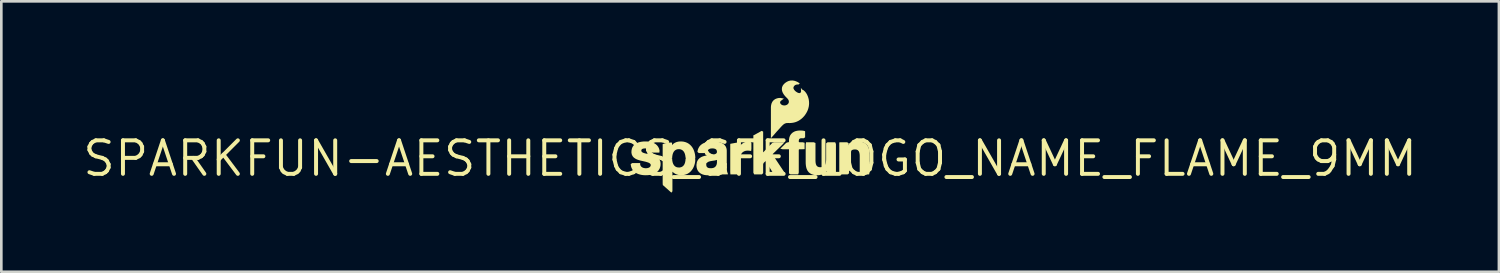
<source format=kicad_pcb>
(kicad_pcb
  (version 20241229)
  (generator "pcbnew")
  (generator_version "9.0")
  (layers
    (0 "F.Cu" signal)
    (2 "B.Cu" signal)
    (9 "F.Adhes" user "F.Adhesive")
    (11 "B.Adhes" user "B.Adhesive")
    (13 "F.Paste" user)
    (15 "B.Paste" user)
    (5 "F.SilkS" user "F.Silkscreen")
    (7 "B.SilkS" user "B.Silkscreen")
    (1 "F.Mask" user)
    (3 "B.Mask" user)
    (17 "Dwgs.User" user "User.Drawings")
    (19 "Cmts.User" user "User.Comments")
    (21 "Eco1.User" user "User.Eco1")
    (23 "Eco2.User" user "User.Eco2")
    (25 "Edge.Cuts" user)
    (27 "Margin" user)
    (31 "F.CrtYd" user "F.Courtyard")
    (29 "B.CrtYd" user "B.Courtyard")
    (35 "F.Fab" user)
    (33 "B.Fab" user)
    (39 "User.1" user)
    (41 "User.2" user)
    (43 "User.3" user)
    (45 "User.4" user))
  (footprint "SPARKFUN-AESTHETICS_SFE_LOGO_NAME_FLAME_9MM"
    (layer "F.Cu")
    (at 25.377 2.958)
    (property "Reference" "SPARKFUN-AESTHETICS_SFE_LOGO_NAME_FLAME_9MM" (at 0 0 0) (layer "F.SilkS") (effects (font (size 1.27 1.27) (thickness 0.15))))
    (fp_poly (pts (xy 0.494 -1.02) (xy 0.494 -0.233) (xy 0.844 -0.597) (xy 0.912 -0.617) (xy 1.304 -0.617) (xy 1.228 -0.532) (xy 0.856 -0.17) (xy 0.86 -0.136) (xy 1.3 0.526) (xy 1.316 0.602) (xy 0.948 0.602) (xy 0.883 0.573) (xy 0.602 0.116) (xy 0.585 0.098) (xy 0.511 0.168) (xy 0.494 0.216) (xy 0.494 0.554) (xy 0.446 0.602) (xy 0.155 0.602) (xy 0.123 0.538) (xy 0.123 -0.855) (xy 0.115 -0.871) (xy 0.439 -1.049)) (stroke (width 0) (type default)) (fill yes) (layer "F.SilkS"))
    (fp_poly (pts (xy 0.017 -0.642) (xy 0.049 -0.577) (xy 0.049 -0.372) (xy 0.04 -0.287) (xy -0.049 -0.298) (xy -0.111 -0.3) (xy -0.172 -0.292) (xy -0.229 -0.273) (xy -0.28 -0.241) (xy -0.32 -0.198) (xy -0.349 -0.145) (xy -0.368 -0.087) (xy -0.378 -0.025) (xy -0.382 0.039) (xy -0.382 0.584) (xy -0.458 0.602) (xy -0.747 0.602) (xy -0.753 0.516) (xy -0.753 -0.541) (xy -0.747 -0.559) (xy -0.468 -0.609) (xy -0.398 -0.593) (xy -0.398 -0.461) (xy -0.371 -0.498) (xy -0.321 -0.547) (xy -0.264 -0.587) (xy -0.202 -0.618) (xy -0.135 -0.639) (xy -0.065 -0.648)) (stroke (width 0) (type default)) (fill yes) (layer "F.SilkS"))
    (fp_poly (pts (xy 1.939 -1.061) (xy 2.008 -1.056) (xy 2.084 -1.036) (xy 2.084 -0.805) (xy 2.03 -0.767) (xy 1.956 -0.77) (xy 1.899 -0.765) (xy 1.859 -0.737) (xy 1.845 -0.685) (xy 1.844 -0.634) (xy 1.864 -0.617) (xy 1.99 -0.617) (xy 2.065 -0.598) (xy 2.065 -0.356) (xy 1.977 -0.352) (xy 1.858 -0.352) (xy 1.844 -0.329) (xy 1.844 0.529) (xy 1.822 0.602) (xy 1.531 0.602) (xy 1.473 0.565) (xy 1.473 -0.352) (xy 1.23 -0.352) (xy 1.143 -0.374) (xy 1.368 -0.595) (xy 1.435 -0.616) (xy 1.473 -0.622) (xy 1.473 -0.667) (xy 1.476 -0.736) (xy 1.489 -0.805) (xy 1.515 -0.871) (xy 1.555 -0.931) (xy 1.607 -0.98) (xy 1.667 -1.017) (xy 1.733 -1.042) (xy 1.802 -1.056) (xy 1.87 -1.062)) (stroke (width 0) (type default)) (fill yes) (layer "F.SilkS"))
    (fp_poly (pts (xy -1.662 0.224) (xy -1.657 0.285) (xy -1.629 0.33) (xy -1.581 0.357) (xy -1.522 0.367) (xy -1.46 0.367) (xy -1.4 0.357) (xy -1.346 0.333) (xy -1.303 0.294) (xy -1.274 0.243) (xy -1.256 0.165) (xy -1.177 0.155) (xy -0.885 0.155) (xy -0.883 0.379) (xy -0.879 0.443) (xy -0.869 0.505) (xy -0.836 0.597) (xy -0.932 0.602) (xy -1.132 0.602) (xy -1.215 0.597) (xy -1.235 0.519) (xy -1.238 0.515) (xy -1.27 0.541) (xy -1.331 0.576) (xy -1.396 0.601) (xy -1.462 0.619) (xy -1.531 0.629) (xy -1.599 0.633) (xy -1.668 0.631) (xy -1.737 0.621) (xy -1.804 0.601) (xy -1.868 0.571) (xy -1.926 0.528) (xy -1.973 0.474) (xy -2.006 0.411) (xy -2.026 0.342) (xy -2.033 0.272) (xy -2.029 0.19) (xy -1.966 0.155) (xy -1.672 0.155)) (stroke (width 0) (type default)) (fill yes) (layer "F.SilkS"))
    (fp_poly (pts (xy -2.955 0.005) (xy -2.949 0.083) (xy -2.936 0.145) (xy -2.915 0.204) (xy -2.884 0.256) (xy -2.842 0.298) (xy -2.79 0.326) (xy -2.732 0.339) (xy -2.671 0.34) (xy -2.612 0.327) (xy -2.56 0.3) (xy -2.517 0.259) (xy -2.486 0.208) (xy -2.465 0.149) (xy -2.453 0.088) (xy -2.446 0.01) (xy -2.388 -0.026) (xy -2.097 -0.026) (xy -2.077 0.048) (xy -2.083 0.12) (xy -2.095 0.187) (xy -2.114 0.254) (xy -2.138 0.318) (xy -2.169 0.38) (xy -2.208 0.437) (xy -2.253 0.49) (xy -2.306 0.536) (xy -2.365 0.574) (xy -2.429 0.602) (xy -2.496 0.621) (xy -2.564 0.631) (xy -2.634 0.633) (xy -2.703 0.625) (xy -2.771 0.608) (xy -2.835 0.58) (xy -2.895 0.542) (xy -2.944 0.497) (xy -2.944 1.241) (xy -2.984 1.293) (xy -3.309 1.004) (xy -3.314 0.929) (xy -3.314 -0.026) (xy -3.018 -0.026)) (stroke (width 0) (type default)) (fill yes) (layer "F.SilkS"))
    (fp_poly (pts (xy 2.477 -0.589) (xy 2.477 0.087) (xy 2.481 0.15) (xy 2.492 0.211) (xy 2.515 0.264) (xy 2.554 0.304) (xy 2.606 0.325) (xy 2.666 0.33) (xy 2.726 0.323) (xy 2.78 0.303) (xy 2.823 0.265) (xy 2.852 0.215) (xy 2.869 0.156) (xy 2.878 0.094) (xy 2.881 0.03) (xy 2.881 -0.576) (xy 2.935 -0.617) (xy 3.224 -0.617) (xy 3.252 -0.55) (xy 3.252 0.602) (xy 2.956 0.602) (xy 2.897 0.566) (xy 2.897 0.481) (xy 2.855 0.524) (xy 2.799 0.565) (xy 2.737 0.598) (xy 2.671 0.619) (xy 2.602 0.631) (xy 2.534 0.633) (xy 2.465 0.628) (xy 2.397 0.616) (xy 2.331 0.594) (xy 2.269 0.56) (xy 2.215 0.513) (xy 2.173 0.456) (xy 2.143 0.392) (xy 2.124 0.326) (xy 2.113 0.258) (xy 2.107 0.191) (xy 2.106 0.124) (xy 2.106 -0.539) (xy 2.121 -0.617) (xy 2.41 -0.617)) (stroke (width 0) (type default)) (fill yes) (layer "F.SilkS"))
    (fp_poly (pts (xy -2.588 -0.647) (xy -2.52 -0.639) (xy -2.452 -0.622) (xy -2.388 -0.597) (xy -2.327 -0.562) (xy -2.273 -0.519) (xy -2.225 -0.469) (xy -2.184 -0.413) (xy -2.15 -0.352) (xy -2.124 -0.289) (xy -2.104 -0.224) (xy -2.089 -0.157) (xy -2.08 -0.09) (xy -2.075 -0.006) (xy -2.141 0.024) (xy -2.43 0.024) (xy -2.448 -0.051) (xy -2.457 -0.116) (xy -2.472 -0.177) (xy -2.496 -0.233) (xy -2.53 -0.283) (xy -2.575 -0.322) (xy -2.628 -0.346) (xy -2.687 -0.356) (xy -2.748 -0.353) (xy -2.804 -0.336) (xy -2.854 -0.304) (xy -2.893 -0.259) (xy -2.921 -0.205) (xy -2.939 -0.146) (xy -2.95 -0.084) (xy -2.956 -0.004) (xy -3.02 0.024) (xy -3.314 0.024) (xy -3.314 -0.547) (xy -3.239 -0.572) (xy -3.039 -0.607) (xy -2.959 -0.603) (xy -2.959 -0.511) (xy -2.916 -0.554) (xy -2.858 -0.594) (xy -2.793 -0.623) (xy -2.726 -0.64) (xy -2.657 -0.648)) (stroke (width 0) (type default)) (fill yes) (layer "F.SilkS"))
    (fp_poly (pts (xy 4.166 -0.643) (xy 4.234 -0.631) (xy 4.3 -0.609) (xy 4.362 -0.575) (xy 4.416 -0.528) (xy 4.458 -0.471) (xy 4.488 -0.407) (xy 4.507 -0.341) (xy 4.518 -0.273) (xy 4.523 -0.206) (xy 4.525 -0.139) (xy 4.525 0.524) (xy 4.51 0.602) (xy 4.22 0.602) (xy 4.154 0.573) (xy 4.154 -0.102) (xy 4.15 -0.166) (xy 4.138 -0.226) (xy 4.115 -0.28) (xy 4.076 -0.32) (xy 4.024 -0.341) (xy 3.964 -0.345) (xy 3.905 -0.338) (xy 3.85 -0.318) (xy 3.807 -0.281) (xy 3.778 -0.23) (xy 3.761 -0.171) (xy 3.753 -0.109) (xy 3.75 -0.045) (xy 3.75 0.561) (xy 3.695 0.602) (xy 3.406 0.602) (xy 3.379 0.535) (xy 3.379 -0.6) (xy 3.391 -0.617) (xy 3.675 -0.617) (xy 3.734 -0.581) (xy 3.734 -0.497) (xy 3.775 -0.539) (xy 3.831 -0.581) (xy 3.894 -0.613) (xy 3.96 -0.635) (xy 4.029 -0.646) (xy 4.097 -0.648)) (stroke (width 0) (type default)) (fill yes) (layer "F.SilkS"))
    (fp_poly (pts (xy -1.356 -0.647) (xy -1.289 -0.642) (xy -1.222 -0.632) (xy -1.155 -0.617) (xy -1.09 -0.595) (xy -1.028 -0.563) (xy -0.972 -0.519) (xy -0.928 -0.462) (xy -0.899 -0.396) (xy -0.886 -0.327) (xy -0.885 -0.259) (xy -0.885 0.143) (xy -0.917 0.205) (xy -1.204 0.205) (xy -1.257 0.166) (xy -1.256 0.052) (xy -1.267 0.054) (xy -1.331 0.072) (xy -1.462 0.092) (xy -1.525 0.104) (xy -1.582 0.123) (xy -1.632 0.156) (xy -1.679 0.205) (xy -1.958 0.205) (xy -2.028 0.177) (xy -1.999 0.089) (xy -1.96 0.029) (xy -1.909 -0.021) (xy -1.849 -0.058) (xy -1.785 -0.084) (xy -1.719 -0.103) (xy -1.653 -0.116) (xy -1.392 -0.151) (xy -1.333 -0.165) (xy -1.283 -0.19) (xy -1.257 -0.233) (xy -1.259 -0.286) (xy -1.28 -0.336) (xy -1.323 -0.367) (xy -1.38 -0.381) (xy -1.441 -0.384) (xy -1.502 -0.378) (xy -1.556 -0.359) (xy -1.597 -0.322) (xy -1.622 -0.265) (xy -1.658 -0.207) (xy -1.945 -0.207) (xy -1.997 -0.252) (xy -1.981 -0.333) (xy -1.956 -0.398) (xy -1.919 -0.459) (xy -1.872 -0.51) (xy -1.816 -0.553) (xy -1.755 -0.586) (xy -1.691 -0.61) (xy -1.625 -0.628) (xy -1.558 -0.64) (xy -1.491 -0.646) (xy -1.423 -0.648)) (stroke (width 0) (type default)) (fill yes) (layer "F.SilkS"))
    (fp_poly (pts (xy 1.668 -2.949) (xy 1.734 -2.929) (xy 1.797 -2.901) (xy 1.882 -2.848) (xy 1.839 -2.807) (xy 1.767 -2.805) (xy 1.712 -2.787) (xy 1.669 -2.751) (xy 1.643 -2.705) (xy 1.644 -2.652) (xy 1.671 -2.602) (xy 1.711 -2.557) (xy 1.76 -2.52) (xy 1.813 -2.491) (xy 1.867 -2.478) (xy 1.911 -2.493) (xy 1.931 -2.537) (xy 1.924 -2.68) (xy 1.97 -2.616) (xy 2.026 -2.587) (xy 2.079 -2.539) (xy 2.122 -2.485) (xy 2.157 -2.426) (xy 2.185 -2.363) (xy 2.207 -2.298) (xy 2.223 -2.232) (xy 2.232 -2.164) (xy 2.235 -2.096) (xy 2.231 -2.028) (xy 2.221 -1.96) (xy 2.204 -1.894) (xy 2.182 -1.83) (xy 2.154 -1.768) (xy 2.12 -1.709) (xy 2.082 -1.652) (xy 2.04 -1.599) (xy 1.994 -1.55) (xy 1.943 -1.504) (xy 1.888 -1.463) (xy 1.83 -1.428) (xy 1.768 -1.398) (xy 1.704 -1.375) (xy 1.637 -1.359) (xy 1.57 -1.349) (xy 1.502 -1.345) (xy 1.436 -1.346) (xy 1.374 -1.344) (xy 1.318 -1.326) (xy 1.267 -1.294) (xy 1.221 -1.252) (xy 1.176 -1.205) (xy 0.999 -1.01) (xy 0.869 -0.86) (xy 0.787 -0.771) (xy 0.788 -1.957) (xy 0.796 -2.025) (xy 0.814 -2.093) (xy 0.846 -2.157) (xy 0.893 -2.212) (xy 0.951 -2.253) (xy 1.017 -2.28) (xy 1.086 -2.295) (xy 1.156 -2.296) (xy 1.279 -2.273) (xy 1.154 -2.177) (xy 1.134 -2.132) (xy 1.147 -2.084) (xy 1.184 -2.044) (xy 1.235 -2.019) (xy 1.293 -2.011) (xy 1.351 -2.018) (xy 1.404 -2.041) (xy 1.445 -2.08) (xy 1.468 -2.13) (xy 1.467 -2.185) (xy 1.444 -2.237) (xy 1.406 -2.284) (xy 1.359 -2.329) (xy 1.313 -2.38) (xy 1.272 -2.434) (xy 1.237 -2.494) (xy 1.212 -2.561) (xy 1.202 -2.632) (xy 1.211 -2.704) (xy 1.24 -2.77) (xy 1.284 -2.826) (xy 1.337 -2.872) (xy 1.395 -2.91) (xy 1.459 -2.939) (xy 1.528 -2.955) (xy 1.598 -2.958)) (stroke (width 0) (type default)) (fill yes) (layer "F.SilkS"))
    (fp_poly (pts (xy -3.903 -0.647) (xy -3.835 -0.64) (xy -3.768 -0.628) (xy -3.701 -0.609) (xy -3.637 -0.582) (xy -3.577 -0.545) (xy -3.525 -0.498) (xy -3.482 -0.441) (xy -3.451 -0.377) (xy -3.432 -0.308) (xy -3.437 -0.226) (xy -3.736 -0.226) (xy -3.781 -0.273) (xy -3.809 -0.33) (xy -3.853 -0.363) (xy -3.91 -0.379) (xy -3.971 -0.384) (xy -4.033 -0.38) (xy -4.087 -0.364) (xy -4.121 -0.329) (xy -4.123 -0.282) (xy -4.094 -0.241) (xy -4.042 -0.215) (xy -3.982 -0.196) (xy -3.789 -0.152) (xy -3.724 -0.136) (xy -3.659 -0.117) (xy -3.595 -0.092) (xy -3.533 -0.059) (xy -3.478 -0.014) (xy -3.433 0.042) (xy -3.404 0.109) (xy -3.393 0.18) (xy -3.395 0.25) (xy -3.407 0.319) (xy -3.431 0.386) (xy -3.468 0.446) (xy -3.515 0.499) (xy -3.572 0.541) (xy -3.633 0.574) (xy -3.698 0.598) (xy -3.765 0.615) (xy -3.832 0.626) (xy -3.9 0.632) (xy -3.968 0.633) (xy -4.035 0.63) (xy -4.103 0.622) (xy -4.17 0.608) (xy -4.236 0.588) (xy -4.3 0.561) (xy -4.359 0.524) (xy -4.413 0.478) (xy -4.457 0.423) (xy -4.491 0.361) (xy -4.513 0.294) (xy -4.526 0.211) (xy -4.468 0.172) (xy -4.162 0.172) (xy -4.17 0.198) (xy -4.161 0.253) (xy -4.132 0.302) (xy -4.086 0.337) (xy -4.031 0.358) (xy -3.97 0.368) (xy -3.909 0.366) (xy -3.851 0.352) (xy -3.801 0.325) (xy -3.77 0.281) (xy -3.766 0.231) (xy -3.793 0.189) (xy -3.843 0.159) (xy -3.902 0.138) (xy -3.964 0.12) (xy -4.158 0.076) (xy -4.223 0.058) (xy -4.288 0.035) (xy -4.35 0.004) (xy -4.408 -0.037) (xy -4.455 -0.092) (xy -4.486 -0.159) (xy -4.498 -0.229) (xy -4.495 -0.3) (xy -4.482 -0.369) (xy -4.456 -0.436) (xy -4.416 -0.495) (xy -4.364 -0.544) (xy -4.304 -0.581) (xy -4.24 -0.608) (xy -4.174 -0.627) (xy -4.106 -0.639) (xy -4.039 -0.646) (xy -3.971 -0.648)) (stroke (width 0) (type default)) (fill yes) (layer "F.SilkS")))
  (gr_rect
    (start -3 -3)
    (end 53.754 7.251)
    (stroke (width 0.1) (type default))
    (fill no)
    (layer "Edge.Cuts")))
</source>
